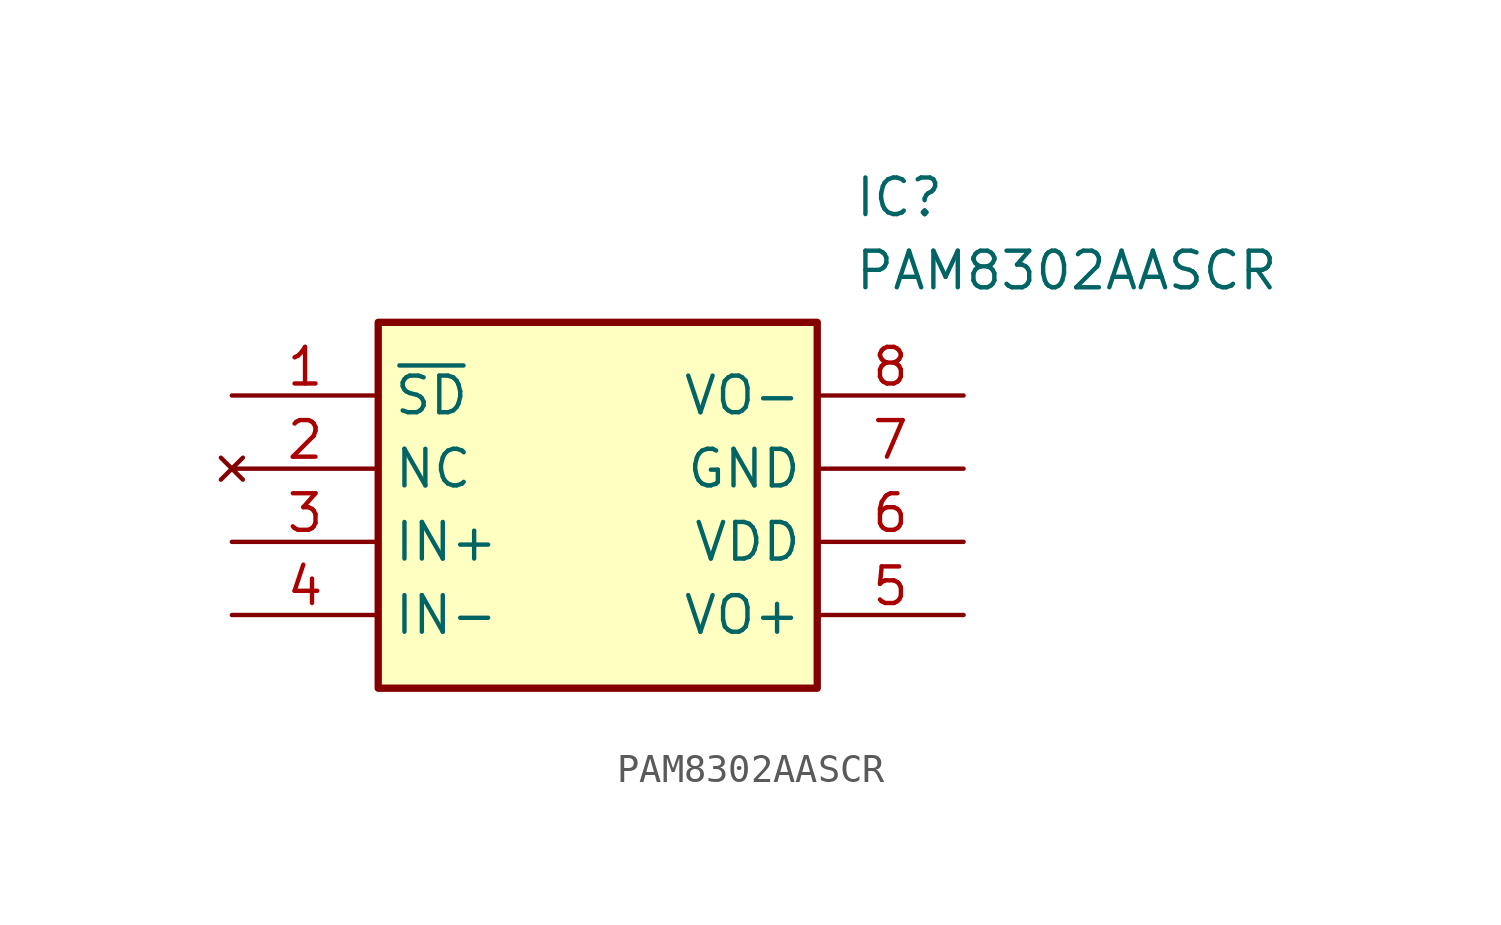
<source format=kicad_sym>
(kicad_symbol_lib
  (version 20211014)
  (generator SamacSys_ECAD_Model)
  (symbol "PAM8302AASCR"
    (property "Reference" "IC"
      (at 21.59 7.62 0)
      (effects (font (size 1.27 1.27)) (justify left top)))
    (property "Value" "PAM8302AASCR"
      (at 21.59 5.08 0)
      (effects (font (size 1.27 1.27)) (justify left top)))
    (rectangle
      (start 5.08 2.54)
      (end 20.32 -10.16)
      (stroke (width 0.254) (type default))
      (fill (type background)))
    (pin passive line
      (at 0 0 0)
      (length 5.08)
      (name "~{SD}" (effects (font (size 1.27 1.27))))
      (number "1" (effects (font (size 1.27 1.27)))))
    (pin no_connect line
      (at 0 -2.54 0)
      (length 5.08)
      (name "NC" (effects (font (size 1.27 1.27))))
      (number "2" (effects (font (size 1.27 1.27)))))
    (pin passive line
      (at 0 -5.08 0)
      (length 5.08)
      (name "IN+" (effects (font (size 1.27 1.27))))
      (number "3" (effects (font (size 1.27 1.27)))))
    (pin passive line
      (at 0 -7.62 0)
      (length 5.08)
      (name "IN-" (effects (font (size 1.27 1.27))))
      (number "4" (effects (font (size 1.27 1.27)))))
    (pin passive line
      (at 25.4 0 180)
      (length 5.08)
      (name "VO-" (effects (font (size 1.27 1.27))))
      (number "8" (effects (font (size 1.27 1.27)))))
    (pin passive line
      (at 25.4 -2.54 180)
      (length 5.08)
      (name "GND" (effects (font (size 1.27 1.27))))
      (number "7" (effects (font (size 1.27 1.27)))))
    (pin passive line
      (at 25.4 -5.08 180)
      (length 5.08)
      (name "VDD" (effects (font (size 1.27 1.27))))
      (number "6" (effects (font (size 1.27 1.27)))))
    (pin passive line
      (at 25.4 -7.62 180)
      (length 5.08)
      (name "VO+" (effects (font (size 1.27 1.27))))
      (number "5" (effects (font (size 1.27 1.27)))))))
</source>
